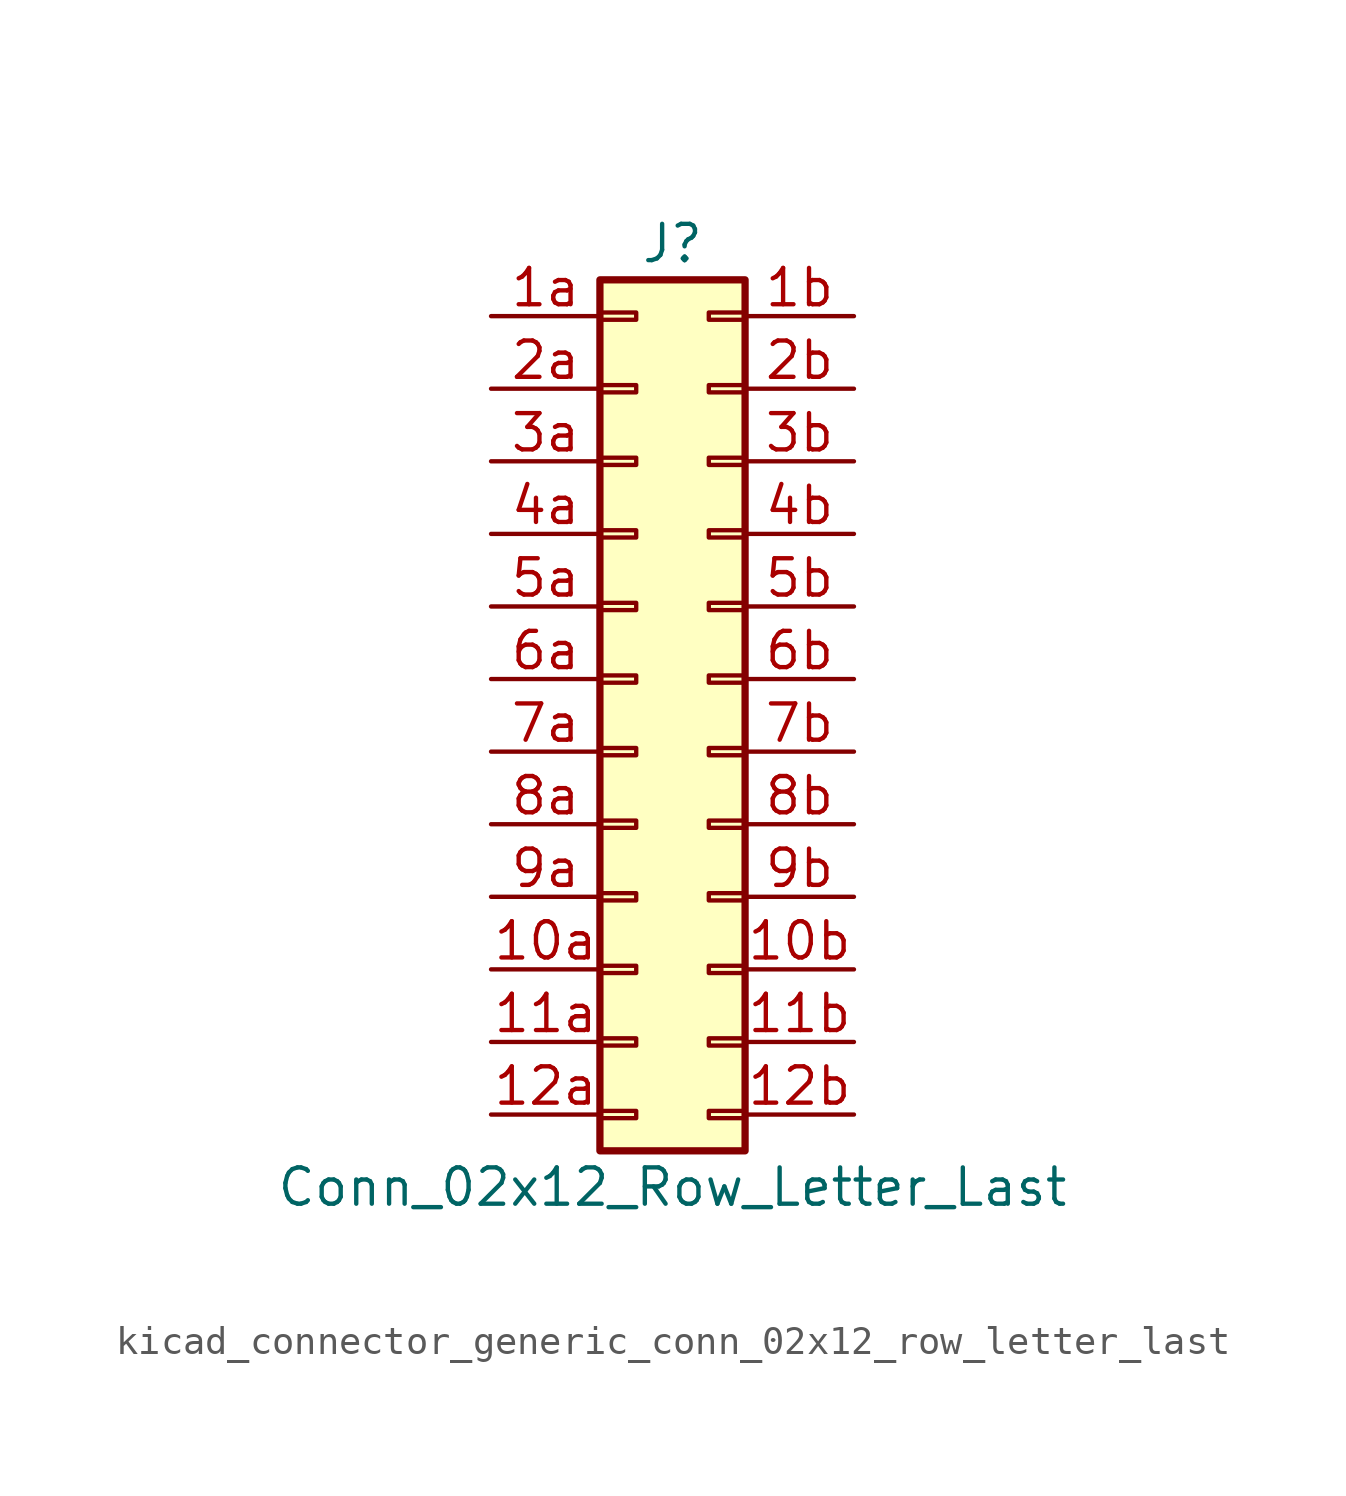
<source format=kicad_sym>
(kicad_symbol_lib
  (version 20220914)
  (generator kicad_symbol_editor)
  (symbol "kicad_connector_generic_conn_02x12_row_letter_last"
    (pin_names
      (offset 1.016) hide)
    (property "Reference" "J"
      (at 1.27 15.24 0)
      (effects (font (size 1.27 1.27))))
    (property "Value" "Conn_02x12_Row_Letter_Last"
      (at 1.27 -17.78 0)
      (effects (font (size 1.27 1.27))))
    (symbol "kicad_connector_generic_conn_02x12_row_letter_last_1_1"
      (rectangle (start -1.27 -15.113) (end 0 -15.367) (stroke (width 0.152) (type default)) (fill (type none)))
      (rectangle (start -1.27 -12.573) (end 0 -12.827) (stroke (width 0.152) (type default)) (fill (type none)))
      (rectangle (start -1.27 -10.033) (end 0 -10.287) (stroke (width 0.152) (type default)) (fill (type none)))
      (rectangle (start -1.27 -7.493) (end 0 -7.747) (stroke (width 0.152) (type default)) (fill (type none)))
      (rectangle (start -1.27 -4.953) (end 0 -5.207) (stroke (width 0.152) (type default)) (fill (type none)))
      (rectangle (start -1.27 -2.413) (end 0 -2.667) (stroke (width 0.152) (type default)) (fill (type none)))
      (rectangle (start -1.27 0.127) (end 0 -0.127) (stroke (width 0.152) (type default)) (fill (type none)))
      (rectangle (start -1.27 2.667) (end 0 2.413) (stroke (width 0.152) (type default)) (fill (type none)))
      (rectangle (start -1.27 5.207) (end 0 4.953) (stroke (width 0.152) (type default)) (fill (type none)))
      (rectangle (start -1.27 7.747) (end 0 7.493) (stroke (width 0.152) (type default)) (fill (type none)))
      (rectangle (start -1.27 10.287) (end 0 10.033) (stroke (width 0.152) (type default)) (fill (type none)))
      (rectangle (start -1.27 12.827) (end 0 12.573) (stroke (width 0.152) (type default)) (fill (type none)))
      (rectangle (start -1.27 13.97) (end 3.81 -16.51) (stroke (width 0.254) (type default)) (fill (type background)))
      (rectangle (start 3.81 -15.113) (end 2.54 -15.367) (stroke (width 0.152) (type default)) (fill (type none)))
      (rectangle (start 3.81 -12.573) (end 2.54 -12.827) (stroke (width 0.152) (type default)) (fill (type none)))
      (rectangle (start 3.81 -10.033) (end 2.54 -10.287) (stroke (width 0.152) (type default)) (fill (type none)))
      (rectangle (start 3.81 -7.493) (end 2.54 -7.747) (stroke (width 0.152) (type default)) (fill (type none)))
      (rectangle (start 3.81 -4.953) (end 2.54 -5.207) (stroke (width 0.152) (type default)) (fill (type none)))
      (rectangle (start 3.81 -2.413) (end 2.54 -2.667) (stroke (width 0.152) (type default)) (fill (type none)))
      (rectangle (start 3.81 0.127) (end 2.54 -0.127) (stroke (width 0.152) (type default)) (fill (type none)))
      (rectangle (start 3.81 2.667) (end 2.54 2.413) (stroke (width 0.152) (type default)) (fill (type none)))
      (rectangle (start 3.81 5.207) (end 2.54 4.953) (stroke (width 0.152) (type default)) (fill (type none)))
      (rectangle (start 3.81 7.747) (end 2.54 7.493) (stroke (width 0.152) (type default)) (fill (type none)))
      (rectangle (start 3.81 10.287) (end 2.54 10.033) (stroke (width 0.152) (type default)) (fill (type none)))
      (rectangle (start 3.81 12.827) (end 2.54 12.573) (stroke (width 0.152) (type default)) (fill (type none)))
      (pin passive line (at -5.08 -10.16 0) (length 3.81) (name "Pin_10a" (effects (font (size 1.27 1.27)))) (number "10a" (effects (font (size 1.27 1.27)))))
      (pin passive line (at 7.62 -10.16 180) (length 3.81) (name "Pin_10b" (effects (font (size 1.27 1.27)))) (number "10b" (effects (font (size 1.27 1.27)))))
      (pin passive line (at -5.08 -12.7 0) (length 3.81) (name "Pin_11a" (effects (font (size 1.27 1.27)))) (number "11a" (effects (font (size 1.27 1.27)))))
      (pin passive line (at 7.62 -12.7 180) (length 3.81) (name "Pin_11b" (effects (font (size 1.27 1.27)))) (number "11b" (effects (font (size 1.27 1.27)))))
      (pin passive line (at -5.08 -15.24 0) (length 3.81) (name "Pin_12a" (effects (font (size 1.27 1.27)))) (number "12a" (effects (font (size 1.27 1.27)))))
      (pin passive line (at 7.62 -15.24 180) (length 3.81) (name "Pin_12b" (effects (font (size 1.27 1.27)))) (number "12b" (effects (font (size 1.27 1.27)))))
      (pin passive line (at -5.08 12.7 0) (length 3.81) (name "Pin_1a" (effects (font (size 1.27 1.27)))) (number "1a" (effects (font (size 1.27 1.27)))))
      (pin passive line (at 7.62 12.7 180) (length 3.81) (name "Pin_1b" (effects (font (size 1.27 1.27)))) (number "1b" (effects (font (size 1.27 1.27)))))
      (pin passive line (at -5.08 10.16 0) (length 3.81) (name "Pin_2a" (effects (font (size 1.27 1.27)))) (number "2a" (effects (font (size 1.27 1.27)))))
      (pin passive line (at 7.62 10.16 180) (length 3.81) (name "Pin_2b" (effects (font (size 1.27 1.27)))) (number "2b" (effects (font (size 1.27 1.27)))))
      (pin passive line (at -5.08 7.62 0) (length 3.81) (name "Pin_3a" (effects (font (size 1.27 1.27)))) (number "3a" (effects (font (size 1.27 1.27)))))
      (pin passive line (at 7.62 7.62 180) (length 3.81) (name "Pin_3b" (effects (font (size 1.27 1.27)))) (number "3b" (effects (font (size 1.27 1.27)))))
      (pin passive line (at -5.08 5.08 0) (length 3.81) (name "Pin_4a" (effects (font (size 1.27 1.27)))) (number "4a" (effects (font (size 1.27 1.27)))))
      (pin passive line (at 7.62 5.08 180) (length 3.81) (name "Pin_4b" (effects (font (size 1.27 1.27)))) (number "4b" (effects (font (size 1.27 1.27)))))
      (pin passive line (at -5.08 2.54 0) (length 3.81) (name "Pin_5a" (effects (font (size 1.27 1.27)))) (number "5a" (effects (font (size 1.27 1.27)))))
      (pin passive line (at 7.62 2.54 180) (length 3.81) (name "Pin_5b" (effects (font (size 1.27 1.27)))) (number "5b" (effects (font (size 1.27 1.27)))))
      (pin passive line (at -5.08 0 0) (length 3.81) (name "Pin_6a" (effects (font (size 1.27 1.27)))) (number "6a" (effects (font (size 1.27 1.27)))))
      (pin passive line (at 7.62 0 180) (length 3.81) (name "Pin_6b" (effects (font (size 1.27 1.27)))) (number "6b" (effects (font (size 1.27 1.27)))))
      (pin passive line (at -5.08 -2.54 0) (length 3.81) (name "Pin_7a" (effects (font (size 1.27 1.27)))) (number "7a" (effects (font (size 1.27 1.27)))))
      (pin passive line (at 7.62 -2.54 180) (length 3.81) (name "Pin_7b" (effects (font (size 1.27 1.27)))) (number "7b" (effects (font (size 1.27 1.27)))))
      (pin passive line (at -5.08 -5.08 0) (length 3.81) (name "Pin_8a" (effects (font (size 1.27 1.27)))) (number "8a" (effects (font (size 1.27 1.27)))))
      (pin passive line (at 7.62 -5.08 180) (length 3.81) (name "Pin_8b" (effects (font (size 1.27 1.27)))) (number "8b" (effects (font (size 1.27 1.27)))))
      (pin passive line (at -5.08 -7.62 0) (length 3.81) (name "Pin_9a" (effects (font (size 1.27 1.27)))) (number "9a" (effects (font (size 1.27 1.27)))))
      (pin passive line (at 7.62 -7.62 180) (length 3.81) (name "Pin_9b" (effects (font (size 1.27 1.27)))) (number "9b" (effects (font (size 1.27 1.27))))))))
</source>
